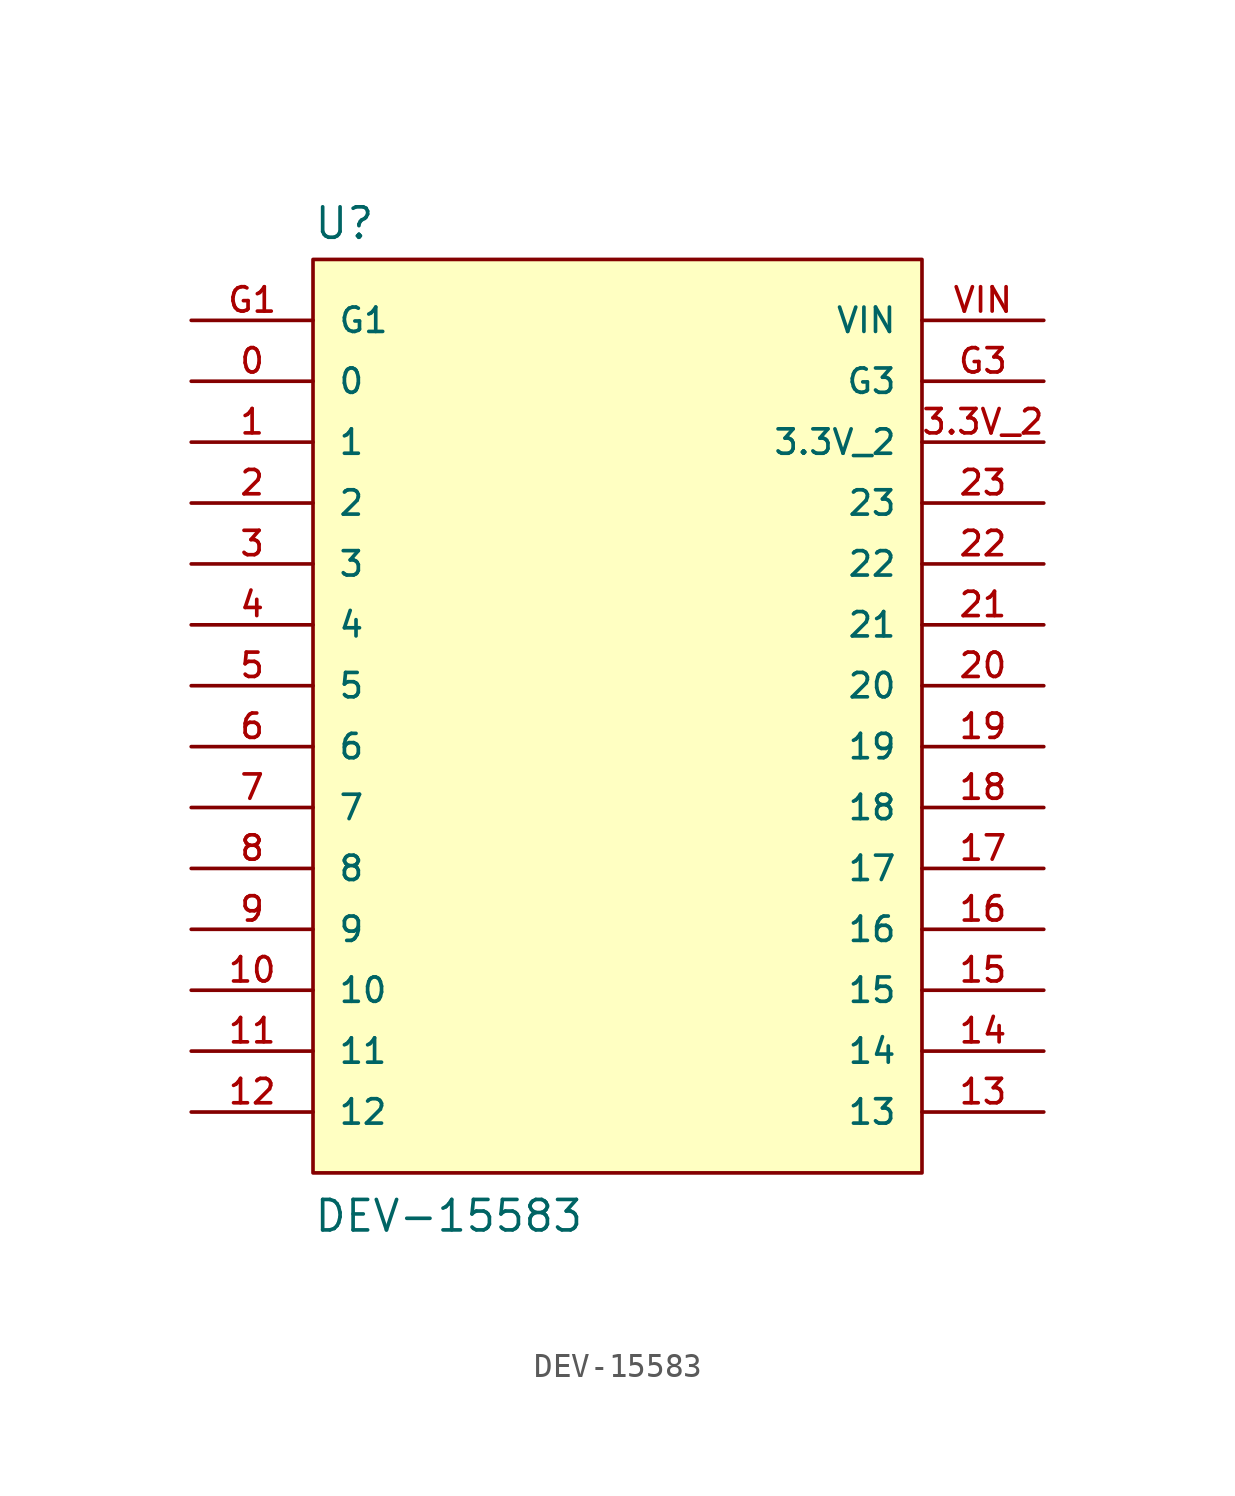
<source format=kicad_sym>
(kicad_symbol_lib
  (version 20220914)
  (generator kicad_symbol_editor)
  (symbol "DEV-15583"
    (pin_names
      (offset 1.016))
    (property "Reference" "U"
      (at -12.7 23.622 0)
      (effects (font (size 1.27 1.27)) (justify left bottom)))
    (property "Value" "DEV-15583"
      (at -12.7 -17.78 0)
      (effects (font (size 1.27 1.27)) (justify left bottom)))
    (symbol "DEV-15583_0_0"
      (rectangle (start -12.7 22.86) (end 12.7 -15.24) (stroke (width 0.152) (type default)) (fill (type background)))
      (pin bidirectional line (at -17.78 17.78 0) (length 5.08) (name "0" (effects (font (size 1.016 1.016)))) (number "0" (effects (font (size 1.016 1.016)))))
      (pin bidirectional line (at -17.78 15.24 0) (length 5.08) (name "1" (effects (font (size 1.016 1.016)))) (number "1" (effects (font (size 1.016 1.016)))))
      (pin bidirectional line (at -17.78 -7.62 0) (length 5.08) (name "10" (effects (font (size 1.016 1.016)))) (number "10" (effects (font (size 1.016 1.016)))))
      (pin bidirectional line (at -17.78 -10.16 0) (length 5.08) (name "11" (effects (font (size 1.016 1.016)))) (number "11" (effects (font (size 1.016 1.016)))))
      (pin bidirectional line (at -17.78 -12.7 0) (length 5.08) (name "12" (effects (font (size 1.016 1.016)))) (number "12" (effects (font (size 1.016 1.016)))))
      (pin bidirectional line (at 17.78 -12.7 180) (length 5.08) (name "13" (effects (font (size 1.016 1.016)))) (number "13" (effects (font (size 1.016 1.016)))))
      (pin bidirectional line (at 17.78 -10.16 180) (length 5.08) (name "14" (effects (font (size 1.016 1.016)))) (number "14" (effects (font (size 1.016 1.016)))))
      (pin bidirectional line (at 17.78 -7.62 180) (length 5.08) (name "15" (effects (font (size 1.016 1.016)))) (number "15" (effects (font (size 1.016 1.016)))))
      (pin bidirectional line (at 17.78 -5.08 180) (length 5.08) (name "16" (effects (font (size 1.016 1.016)))) (number "16" (effects (font (size 1.016 1.016)))))
      (pin bidirectional line (at 17.78 -2.54 180) (length 5.08) (name "17" (effects (font (size 1.016 1.016)))) (number "17" (effects (font (size 1.016 1.016)))))
      (pin bidirectional line (at 17.78 0 180) (length 5.08) (name "18" (effects (font (size 1.016 1.016)))) (number "18" (effects (font (size 1.016 1.016)))))
      (pin bidirectional line (at 17.78 2.54 180) (length 5.08) (name "19" (effects (font (size 1.016 1.016)))) (number "19" (effects (font (size 1.016 1.016)))))
      (pin bidirectional line (at -17.78 12.7 0) (length 5.08) (name "2" (effects (font (size 1.016 1.016)))) (number "2" (effects (font (size 1.016 1.016)))))
      (pin bidirectional line (at 17.78 5.08 180) (length 5.08) (name "20" (effects (font (size 1.016 1.016)))) (number "20" (effects (font (size 1.016 1.016)))))
      (pin bidirectional line (at 17.78 7.62 180) (length 5.08) (name "21" (effects (font (size 1.016 1.016)))) (number "21" (effects (font (size 1.016 1.016)))))
      (pin bidirectional line (at 17.78 10.16 180) (length 5.08) (name "22" (effects (font (size 1.016 1.016)))) (number "22" (effects (font (size 1.016 1.016)))))
      (pin bidirectional line (at 17.78 12.7 180) (length 5.08) (name "23" (effects (font (size 1.016 1.016)))) (number "23" (effects (font (size 1.016 1.016)))))
      (pin bidirectional line (at -17.78 10.16 0) (length 5.08) (name "3" (effects (font (size 1.016 1.016)))) (number "3" (effects (font (size 1.016 1.016)))))
      (pin power_in line (at 17.78 15.24 180) (length 5.08) (name "3.3V_2" (effects (font (size 1.016 1.016)))) (number "3.3V_2" (effects (font (size 1.016 1.016)))))
      (pin bidirectional line (at -17.78 7.62 0) (length 5.08) (name "4" (effects (font (size 1.016 1.016)))) (number "4" (effects (font (size 1.016 1.016)))))
      (pin bidirectional line (at -17.78 5.08 0) (length 5.08) (name "5" (effects (font (size 1.016 1.016)))) (number "5" (effects (font (size 1.016 1.016)))))
      (pin bidirectional line (at -17.78 2.54 0) (length 5.08) (name "6" (effects (font (size 1.016 1.016)))) (number "6" (effects (font (size 1.016 1.016)))))
      (pin bidirectional line (at -17.78 0 0) (length 5.08) (name "7" (effects (font (size 1.016 1.016)))) (number "7" (effects (font (size 1.016 1.016)))))
      (pin bidirectional line (at -17.78 -2.54 0) (length 5.08) (name "8" (effects (font (size 1.016 1.016)))) (number "8" (effects (font (size 1.016 1.016)))))
      (pin bidirectional line (at -17.78 -5.08 0) (length 5.08) (name "9" (effects (font (size 1.016 1.016)))) (number "9" (effects (font (size 1.016 1.016)))))
      (pin power_in line (at -17.78 20.32 0) (length 5.08) (name "G1" (effects (font (size 1.016 1.016)))) (number "G1" (effects (font (size 1.016 1.016)))))
      (pin power_in line (at 17.78 17.78 180) (length 5.08) (name "G3" (effects (font (size 1.016 1.016)))) (number "G3" (effects (font (size 1.016 1.016)))))
      (pin power_in line (at 17.78 20.32 180) (length 5.08) (name "VIN" (effects (font (size 1.016 1.016)))) (number "VIN" (effects (font (size 1.016 1.016))))))))
</source>
